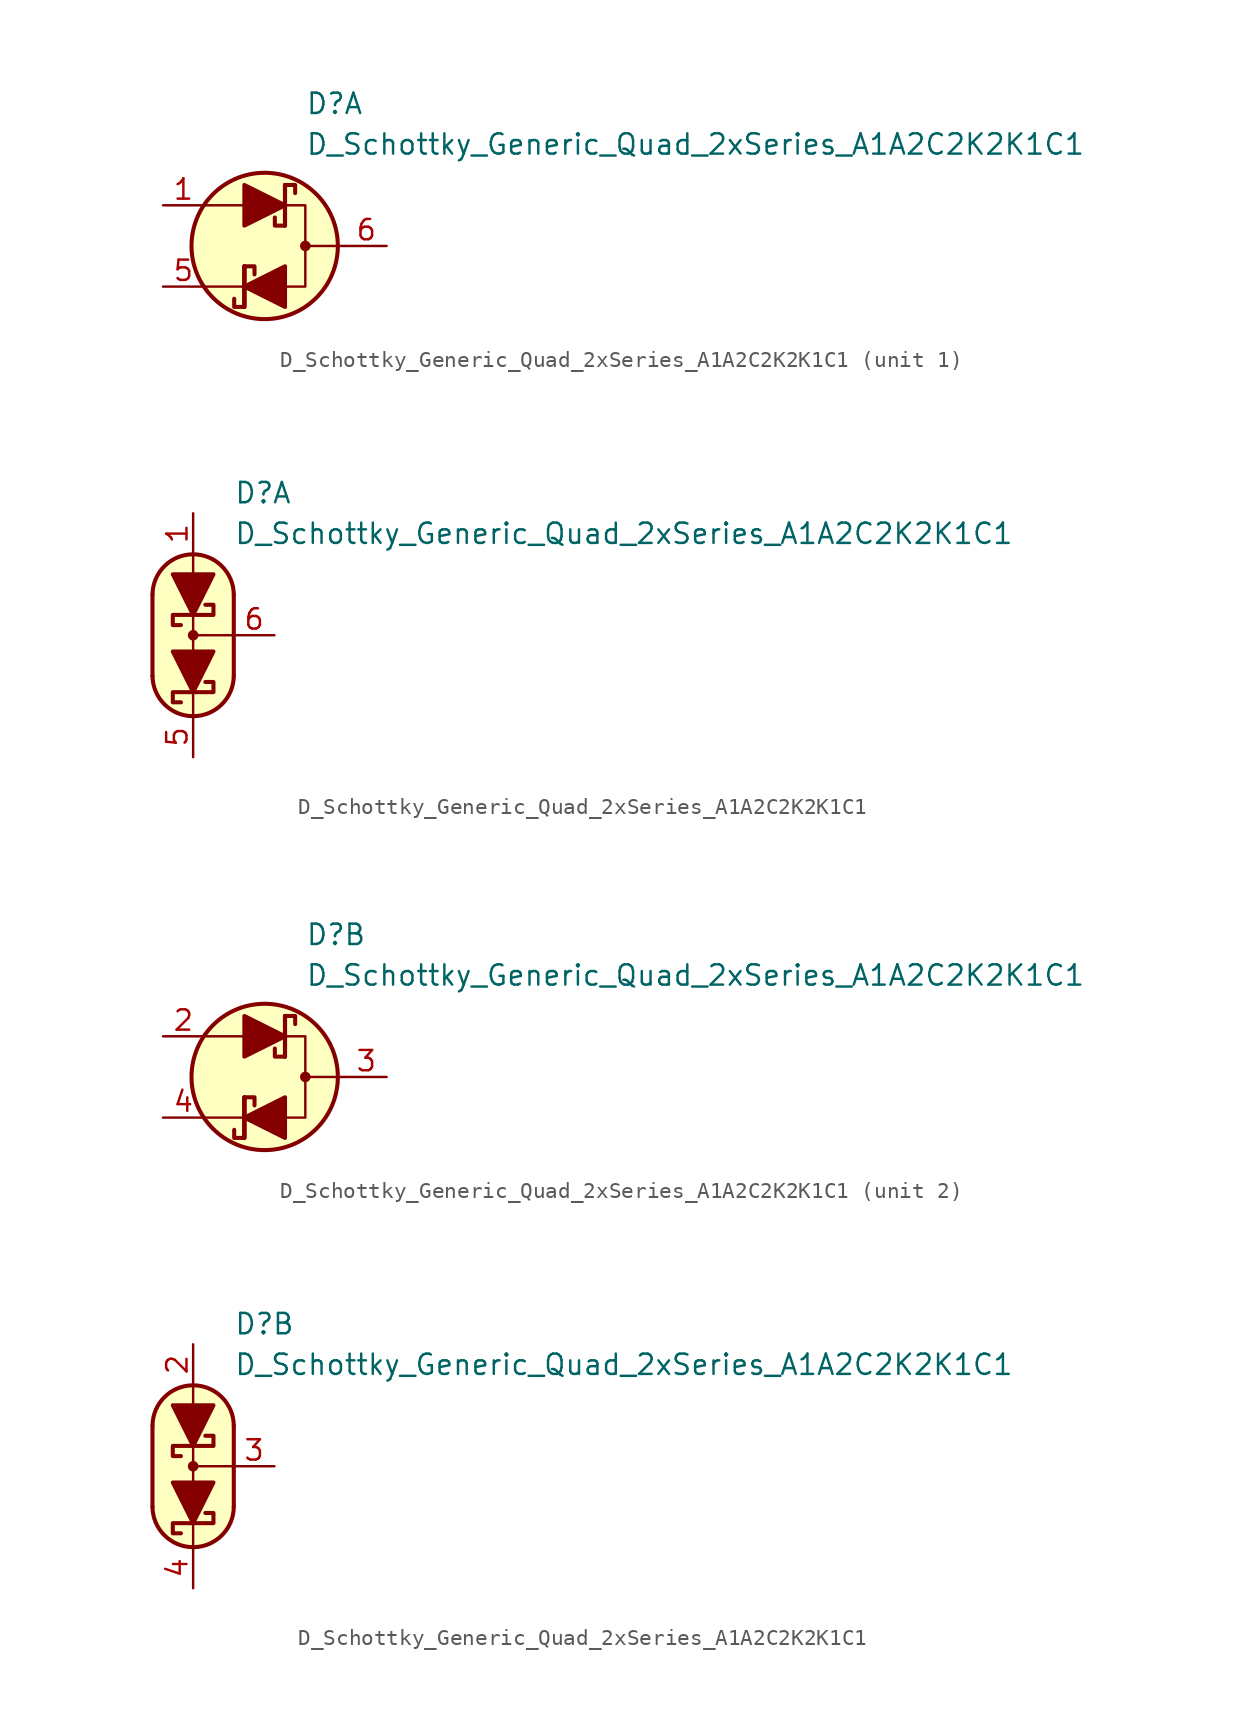
<source format=kicad_sym>
(kicad_symbol_lib
  (version 20231120)
  (generator "kicad_symbol_editor")
  (generator_version "8.0")
  (symbol "D_Schottky_Generic_Quad_2xSeries_A1A2C2K2K1C1"
    (pin_names
      (offset 1.016) hide)
    (property "Reference" "D"
      (at 2.54 8.89 0)
      (effects (font (size 1.27 1.27)) (justify left)))
    (property "Value" "D_Schottky_Generic_Quad_2xSeries_A1A2C2K2K1C1"
      (at 2.54 6.35 0)
      (effects (font (size 1.27 1.27)) (justify left)))
    (property "ki_locked" ""
      (at 0 0 0)
      (effects (font (size 1.27 1.27))))
    (symbol "D_Schottky_Generic_Quad_2xSeries_A1A2C2K2K1C1_0_1"
      (polyline (pts (xy -1.27 -2.54) (xy -3.81 -2.54)) (stroke (width 0) (type default)) (fill (type none)))
      (polyline (pts (xy -1.27 -1.27) (xy -1.27 -3.81)) (stroke (width 0.254) (type default)) (fill (type none)))
      (polyline (pts (xy -1.27 2.54) (xy -3.81 2.54)) (stroke (width 0) (type default)) (fill (type none)))
      (polyline (pts (xy 1.27 3.81) (xy 1.27 1.27)) (stroke (width 0.254) (type default)) (fill (type none)))
      (polyline (pts (xy 5.08 0) (xy 2.54 0)) (stroke (width 0) (type default)) (fill (type none)))
      (polyline (pts (xy 1.27 -2.54) (xy 2.54 -2.54) (xy 2.54 2.54) (xy 1.27 2.54)) (stroke (width 0) (type default)) (fill (type none)))
      (circle (center 0 0) (radius 4.572) (stroke (width 0.254) (type default)) (fill (type background)))
      (circle (center 2.54 0) (radius 0.254) (stroke (width 0) (type default)) (fill (type outline))))
    (symbol "D_Schottky_Generic_Quad_2xSeries_A1A2C2K2K1C1_1_1"
      (polyline (pts (xy -1.27 -3.81) (xy -1.27 -1.27)) (stroke (width 0.254) (type default)) (fill (type none)))
      (polyline (pts (xy -1.27 2.54) (xy 1.27 2.54)) (stroke (width 0) (type default)) (fill (type none)))
      (polyline (pts (xy 1.27 -2.54) (xy -1.27 -2.54)) (stroke (width 0) (type default)) (fill (type none)))
      (polyline (pts (xy 1.27 1.27) (xy 1.27 3.81)) (stroke (width 0.254) (type default)) (fill (type none)))
      (polyline (pts (xy -1.27 1.27) (xy -1.27 3.81) (xy 1.27 2.54) (xy -1.27 1.27)) (stroke (width 0.254) (type default)) (fill (type outline)))
      (polyline (pts (xy 1.27 -1.27) (xy 1.27 -3.81) (xy -1.27 -2.54) (xy 1.27 -1.27)) (stroke (width 0.254) (type default)) (fill (type outline)))
      (polyline (pts (xy -1.905 -3.302) (xy -1.905 -3.81) (xy -1.27 -3.81) (xy -1.27 -1.27) (xy -0.635 -1.27) (xy -0.635 -1.778)) (stroke (width 0.254) (type default)) (fill (type none)))
      (polyline (pts (xy 0.635 1.778) (xy 0.635 1.27) (xy 1.27 1.27) (xy 1.27 3.81) (xy 1.905 3.81) (xy 1.905 3.302)) (stroke (width 0.254) (type default)) (fill (type none)))
      (pin passive line (at -6.35 2.54 0) (length 2.54) (name "A1" (effects (font (size 1.27 1.27)))) (number "1" (effects (font (size 1.27 1.27)))))
      (pin passive line (at -6.35 -2.54 0) (length 2.54) (name "K1" (effects (font (size 1.27 1.27)))) (number "5" (effects (font (size 1.27 1.27)))))
      (pin passive line (at 7.62 0 180) (length 2.54) (name "C1" (effects (font (size 1.27 1.27)))) (number "6" (effects (font (size 1.27 1.27))))))
    (symbol "D_Schottky_Generic_Quad_2xSeries_A1A2C2K2K1C1_1_2"
      (arc (start -2.54 -2.54) (mid 0 -5.0576) (end 2.54 -2.54) (stroke (width 0.254) (type default)) (fill (type none)))
      (polyline (pts (xy -2.54 2.54) (xy -2.54 -2.54)) (stroke (width 0.254) (type default)) (fill (type none)))
      (polyline (pts (xy 0 -5.08) (xy 0 -3.556)) (stroke (width 0) (type default)) (fill (type none)))
      (polyline (pts (xy 0 0) (xy 2.54 0)) (stroke (width 0) (type default)) (fill (type none)))
      (polyline (pts (xy 0 1.27) (xy 0 -1.27)) (stroke (width 0) (type default)) (fill (type none)))
      (polyline (pts (xy 0 5.08) (xy 0 3.556)) (stroke (width 0) (type default)) (fill (type none)))
      (polyline (pts (xy 2.54 -2.54) (xy 2.54 2.54)) (stroke (width 0.254) (type default)) (fill (type none)))
      (polyline (pts (xy 1.27 -1.016) (xy -1.27 -1.016) (xy 0 -3.556) (xy 1.27 -1.016)) (stroke (width 0.254) (type default)) (fill (type outline)))
      (polyline (pts (xy 1.27 3.81) (xy -1.27 3.81) (xy 0 1.27) (xy 1.27 3.81)) (stroke (width 0.254) (type default)) (fill (type outline)))
      (polyline (pts (xy -0.762 0.635) (xy -1.27 0.635) (xy -1.27 1.27) (xy 1.27 1.27) (xy 1.27 1.905) (xy 0.762 1.905)) (stroke (width 0.254) (type default)) (fill (type none)))
      (polyline (pts (xy 0.762 -2.921) (xy 1.27 -2.921) (xy 1.27 -3.556) (xy -1.27 -3.556) (xy -1.27 -4.191) (xy -0.762 -4.191)) (stroke (width 0.254) (type default)) (fill (type none)))
      (polyline (pts (xy 0 -5.08) (xy -1.016 -4.826) (xy -1.778 -4.318) (xy -2.286 -3.556) (xy -2.54 -3.048) (xy -2.54 2.794) (xy -2.286 3.556) (xy -1.778 4.318) (xy -1.016 4.826) (xy -0.254 5.08) (xy 0.254 5.08) (xy 1.016 4.826) (xy 1.524 4.572) (xy 2.032 4.064) (xy 2.286 3.556) (xy 2.54 2.794) (xy 2.54 -2.794) (xy 2.286 -3.556) (xy 2.032 -4.064) (xy 1.524 -4.572) (xy 1.016 -4.826) (xy 0 -5.08)) (stroke (width 0.01) (type default)) (fill (type background)))
      (circle (center 0 0) (radius 0.254) (stroke (width 0) (type default)) (fill (type outline)))
      (arc (start 2.54 2.54) (mid 0 5.0576) (end -2.54 2.54) (stroke (width 0.254) (type default)) (fill (type none)))
      (pin passive line (at 0 7.62 270) (length 2.54) (name "A1" (effects (font (size 1.27 1.27)))) (number "1" (effects (font (size 1.27 1.27)))))
      (pin passive line (at 0 -7.62 90) (length 2.54) (name "K1" (effects (font (size 1.27 1.27)))) (number "5" (effects (font (size 1.27 1.27)))))
      (pin passive line (at 5.08 0 180) (length 2.54) (name "C1" (effects (font (size 1.27 1.27)))) (number "6" (effects (font (size 1.27 1.27))))))
    (symbol "D_Schottky_Generic_Quad_2xSeries_A1A2C2K2K1C1_2_1"
      (polyline (pts (xy -1.27 -3.81) (xy -1.27 -1.27)) (stroke (width 0.254) (type default)) (fill (type none)))
      (polyline (pts (xy -1.27 2.54) (xy 1.27 2.54)) (stroke (width 0) (type default)) (fill (type none)))
      (polyline (pts (xy 1.27 -2.54) (xy -1.27 -2.54)) (stroke (width 0) (type default)) (fill (type none)))
      (polyline (pts (xy 1.27 1.27) (xy 1.27 3.81)) (stroke (width 0.254) (type default)) (fill (type none)))
      (polyline (pts (xy -1.27 1.27) (xy -1.27 3.81) (xy 1.27 2.54) (xy -1.27 1.27)) (stroke (width 0.254) (type default)) (fill (type outline)))
      (polyline (pts (xy 1.27 -1.27) (xy 1.27 -3.81) (xy -1.27 -2.54) (xy 1.27 -1.27)) (stroke (width 0.254) (type default)) (fill (type outline)))
      (polyline (pts (xy -1.905 -3.302) (xy -1.905 -3.81) (xy -1.27 -3.81) (xy -1.27 -1.27) (xy -0.635 -1.27) (xy -0.635 -1.778)) (stroke (width 0.254) (type default)) (fill (type none)))
      (polyline (pts (xy 0.635 1.778) (xy 0.635 1.27) (xy 1.27 1.27) (xy 1.27 3.81) (xy 1.905 3.81) (xy 1.905 3.302)) (stroke (width 0.254) (type default)) (fill (type none)))
      (pin passive line (at -6.35 2.54 0) (length 2.54) (name "A2" (effects (font (size 1.27 1.27)))) (number "2" (effects (font (size 1.27 1.27)))))
      (pin passive line (at 7.62 0 180) (length 2.54) (name "C2" (effects (font (size 1.27 1.27)))) (number "3" (effects (font (size 1.27 1.27)))))
      (pin passive line (at -6.35 -2.54 0) (length 2.54) (name "K2" (effects (font (size 1.27 1.27)))) (number "4" (effects (font (size 1.27 1.27))))))
    (symbol "D_Schottky_Generic_Quad_2xSeries_A1A2C2K2K1C1_2_2"
      (arc (start -2.54 -2.54) (mid 0 -5.0576) (end 2.54 -2.54) (stroke (width 0.254) (type default)) (fill (type none)))
      (polyline (pts (xy -2.54 2.54) (xy -2.54 -2.54)) (stroke (width 0.254) (type default)) (fill (type none)))
      (polyline (pts (xy 0 -5.08) (xy 0 -3.556)) (stroke (width 0) (type default)) (fill (type none)))
      (polyline (pts (xy 0 0) (xy 2.54 0)) (stroke (width 0) (type default)) (fill (type none)))
      (polyline (pts (xy 0 1.27) (xy 0 -1.27)) (stroke (width 0) (type default)) (fill (type none)))
      (polyline (pts (xy 0 5.08) (xy 0 3.556)) (stroke (width 0) (type default)) (fill (type none)))
      (polyline (pts (xy 2.54 -2.54) (xy 2.54 2.54)) (stroke (width 0.254) (type default)) (fill (type none)))
      (polyline (pts (xy 1.27 -1.016) (xy -1.27 -1.016) (xy 0 -3.556) (xy 1.27 -1.016)) (stroke (width 0.254) (type default)) (fill (type outline)))
      (polyline (pts (xy 1.27 3.81) (xy -1.27 3.81) (xy 0 1.27) (xy 1.27 3.81)) (stroke (width 0.254) (type default)) (fill (type outline)))
      (polyline (pts (xy -0.762 0.635) (xy -1.27 0.635) (xy -1.27 1.27) (xy 1.27 1.27) (xy 1.27 1.905) (xy 0.762 1.905)) (stroke (width 0.254) (type default)) (fill (type none)))
      (polyline (pts (xy 0.762 -2.921) (xy 1.27 -2.921) (xy 1.27 -3.556) (xy -1.27 -3.556) (xy -1.27 -4.191) (xy -0.762 -4.191)) (stroke (width 0.254) (type default)) (fill (type none)))
      (polyline (pts (xy 0 -5.08) (xy -1.016 -4.826) (xy -1.778 -4.318) (xy -2.286 -3.556) (xy -2.54 -3.048) (xy -2.54 2.794) (xy -2.286 3.556) (xy -1.778 4.318) (xy -1.016 4.826) (xy -0.254 5.08) (xy 0.254 5.08) (xy 1.016 4.826) (xy 1.524 4.572) (xy 2.032 4.064) (xy 2.286 3.556) (xy 2.54 2.794) (xy 2.54 -2.794) (xy 2.286 -3.556) (xy 2.032 -4.064) (xy 1.524 -4.572) (xy 1.016 -4.826) (xy 0 -5.08)) (stroke (width 0.01) (type default)) (fill (type background)))
      (circle (center 0 0) (radius 0.254) (stroke (width 0) (type default)) (fill (type outline)))
      (arc (start 2.54 2.54) (mid 0 5.0576) (end -2.54 2.54) (stroke (width 0.254) (type default)) (fill (type none)))
      (pin passive line (at 0 7.62 270) (length 2.54) (name "A2" (effects (font (size 1.27 1.27)))) (number "2" (effects (font (size 1.27 1.27)))))
      (pin passive line (at 5.08 0 180) (length 2.54) (name "C2" (effects (font (size 1.27 1.27)))) (number "3" (effects (font (size 1.27 1.27)))))
      (pin passive line (at 0 -7.62 90) (length 2.54) (name "K2" (effects (font (size 1.27 1.27)))) (number "4" (effects (font (size 1.27 1.27))))))))
</source>
